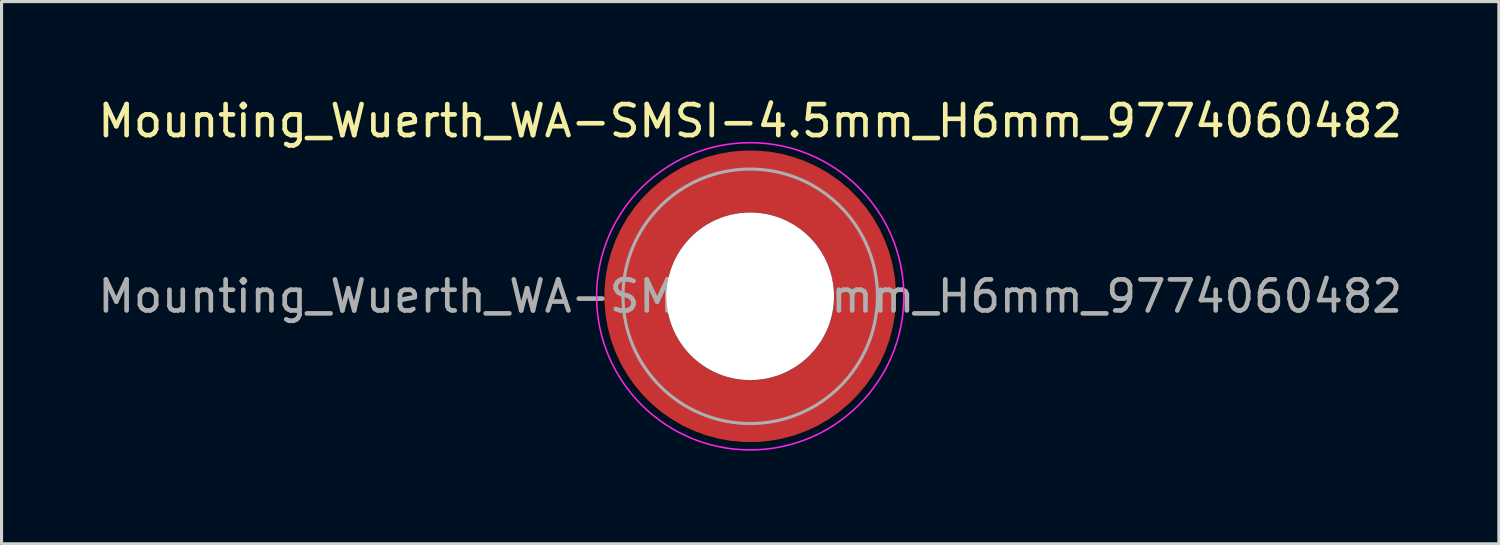
<source format=kicad_pcb>
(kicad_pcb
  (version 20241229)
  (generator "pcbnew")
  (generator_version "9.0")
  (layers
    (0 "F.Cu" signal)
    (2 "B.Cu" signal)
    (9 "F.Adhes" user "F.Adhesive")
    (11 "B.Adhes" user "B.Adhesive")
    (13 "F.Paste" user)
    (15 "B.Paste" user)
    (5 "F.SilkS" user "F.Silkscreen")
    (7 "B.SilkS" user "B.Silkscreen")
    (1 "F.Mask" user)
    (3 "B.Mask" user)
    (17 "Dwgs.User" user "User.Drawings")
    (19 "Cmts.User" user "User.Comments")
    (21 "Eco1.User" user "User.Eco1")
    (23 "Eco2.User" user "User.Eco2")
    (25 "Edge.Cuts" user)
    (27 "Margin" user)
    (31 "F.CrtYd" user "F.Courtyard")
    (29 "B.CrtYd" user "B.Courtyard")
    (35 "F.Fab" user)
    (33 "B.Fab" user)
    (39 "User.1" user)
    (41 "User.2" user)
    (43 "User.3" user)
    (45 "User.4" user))
  (footprint "Mounting_Wuerth_WA-SMSI-4.5mm_H6mm_9774060482"
    (layer "F.Cu")
    (at 21.125 6.498)
    (property "Reference" "Mounting_Wuerth_WA-SMSI-4.5mm_H6mm_9774060482" (at 0 -5.65 0) (layer "F.SilkS") (effects (font (size 1 1) (thickness 0.15))))
    (attr smd allow_soldermask_bridges)
    (fp_circle (center 0 0) (end 4.95 0) (stroke (width 0.05) (type solid)) (fill no) (layer "F.CrtYd"))
    (fp_circle (center 0 0) (end 4.1 0) (stroke (width 0.1) (type solid)) (fill no) (layer "F.Fab"))
    (fp_text user "${REFERENCE}" (at 0 0 0) (layer "F.Fab") (effects (font (size 1 1) (thickness 0.15))))
    (pad "" smd custom (at -2.607 -2.607) (size 0.948 0.948) (layers "F.Paste") (options (anchor circle)) (primitives (gr_arc (start -0.188183 2.107456) (mid 0.599273 0.599273) (end 2.107456 -0.188183) (width 0.2)) (gr_arc (start -0.289416 2.107456) (mid 0.52877 0.52877) (end 2.107456 -0.289416) (width 0.2)) (gr_arc (start -0.390547 2.107456) (mid 0.458268 0.458268) (end 2.107456 -0.390547) (width 0.2)) (gr_arc (start -0.491585 2.107456) (mid 0.387765 0.387765) (end 2.107456 -0.491585) (width 0.2)) (gr_arc (start -0.59254 2.107456) (mid 0.317262 0.317262) (end 2.107456 -0.59254) (width 0.2)) (gr_arc (start -0.693419 2.107456) (mid 0.246759 0.246759) (end 2.107456 -0.693419) (width 0.2)) (gr_arc (start -0.794229 2.107456) (mid 0.176257 0.176257) (end 2.107456 -0.794229) (width 0.2)) (gr_arc (start -0.894975 2.107456) (mid 0.105754 0.105754) (end 2.107456 -0.894975) (width 0.2)) (gr_arc (start -0.995664 2.107456) (mid 0.035251 0.035251) (end 2.107456 -0.995664) (width 0.2)) (gr_arc (start -1.0963 2.107456) (mid -0.035251 -0.035251) (end 2.107456 -1.0963) (width 0.2)) (gr_arc (start -1.196886 2.107456) (mid -0.105754 -0.105754) (end 2.107456 -1.196886) (width 0.2)) (gr_arc (start -1.297427 2.107456) (mid -0.176257 -0.176257) (end 2.107456 -1.297427) (width 0.2)) (gr_arc (start -1.397927 2.107456) (mid -0.246759 -0.246759) (end 2.107456 -1.397927) (width 0.2)) (gr_arc (start -1.498388 2.107456) (mid -0.317262 -0.317262) (end 2.107456 -1.498388) (width 0.2)) (gr_arc (start -1.598813 2.107456) (mid -0.387765 -0.387765) (end 2.107456 -1.598813) (width 0.2)) (gr_arc (start -1.699204 2.107456) (mid -0.458268 -0.458268) (end 2.107456 -1.699204) (width 0.2)) (gr_arc (start -1.799565 2.107456) (mid -0.52877 -0.52877) (end 2.107456 -1.799565) (width 0.2)) (gr_arc (start -1.899896 2.107456) (mid -0.599273 -0.599273) (end 2.107456 -1.899896) (width 0.2)) (gr_arc (start -1.899896 2.107456) (mid -0.599273 -0.599273) (end 2.107456 -1.899896) (width 0.2)) (gr_line (start 2.107 -0.188) (end 2.107 -1.9) (width 0.2)) (gr_line (start -0.188 2.107) (end -1.9 2.107) (width 0.2))))
    (pad "" smd custom (at -2.607 2.607) (size 0.948 0.948) (layers "F.Paste") (options (anchor circle)) (primitives (gr_arc (start 2.107456 0.188183) (mid 0.599273 -0.599273) (end -0.188183 -2.107456) (width 0.2)) (gr_arc (start 2.107456 0.289416) (mid 0.52877 -0.52877) (end -0.289416 -2.107456) (width 0.2)) (gr_arc (start 2.107456 0.390547) (mid 0.458268 -0.458268) (end -0.390547 -2.107456) (width 0.2)) (gr_arc (start 2.107456 0.491585) (mid 0.387765 -0.387765) (end -0.491585 -2.107456) (width 0.2)) (gr_arc (start 2.107456 0.59254) (mid 0.317262 -0.317262) (end -0.59254 -2.107456) (width 0.2)) (gr_arc (start 2.107456 0.693419) (mid 0.246759 -0.246759) (end -0.693419 -2.107456) (width 0.2)) (gr_arc (start 2.107456 0.794229) (mid 0.176257 -0.176257) (end -0.794229 -2.107456) (width 0.2)) (gr_arc (start 2.107456 0.894975) (mid 0.105754 -0.105754) (end -0.894975 -2.107456) (width 0.2)) (gr_arc (start 2.107456 0.995664) (mid 0.035251 -0.035251) (end -0.995664 -2.107456) (width 0.2)) (gr_arc (start 2.107456 1.0963) (mid -0.035251 0.035251) (end -1.0963 -2.107456) (width 0.2)) (gr_arc (start 2.107456 1.196886) (mid -0.105754 0.105754) (end -1.196886 -2.107456) (width 0.2)) (gr_arc (start 2.107456 1.297427) (mid -0.176257 0.176257) (end -1.297427 -2.107456) (width 0.2)) (gr_arc (start 2.107456 1.397927) (mid -0.246759 0.246759) (end -1.397927 -2.107456) (width 0.2)) (gr_arc (start 2.107456 1.498388) (mid -0.317262 0.317262) (end -1.498388 -2.107456) (width 0.2)) (gr_arc (start 2.107456 1.598813) (mid -0.387765 0.387765) (end -1.598813 -2.107456) (width 0.2)) (gr_arc (start 2.107456 1.699204) (mid -0.458268 0.458268) (end -1.699204 -2.107456) (width 0.2)) (gr_arc (start 2.107456 1.799565) (mid -0.52877 0.52877) (end -1.799565 -2.107456) (width 0.2)) (gr_arc (start 2.107456 1.899896) (mid -0.599273 0.599273) (end -1.899896 -2.107456) (width 0.2)) (gr_arc (start 2.107456 1.899896) (mid -0.599273 0.599273) (end -1.899896 -2.107456) (width 0.2)) (gr_line (start -0.188 -2.107) (end -1.9 -2.107) (width 0.2)) (gr_line (start 2.107 0.188) (end 2.107 1.9) (width 0.2))))
    (pad "" np_thru_hole circle (at 0 0) (size 5.4 5.4) (drill 5.4) (layers "*.Cu" "*.Mask"))
    (pad "" smd custom (at 2.607 -2.607) (size 0.948 0.948) (layers "F.Paste") (options (anchor circle)) (primitives (gr_arc (start -2.107456 -0.188183) (mid -0.599273 0.599273) (end 0.188183 2.107456) (width 0.2)) (gr_arc (start -2.107456 -0.289416) (mid -0.52877 0.52877) (end 0.289416 2.107456) (width 0.2)) (gr_arc (start -2.107456 -0.390547) (mid -0.458268 0.458268) (end 0.390547 2.107456) (width 0.2)) (gr_arc (start -2.107456 -0.491585) (mid -0.387765 0.387765) (end 0.491585 2.107456) (width 0.2)) (gr_arc (start -2.107456 -0.59254) (mid -0.317262 0.317262) (end 0.59254 2.107456) (width 0.2)) (gr_arc (start -2.107456 -0.693419) (mid -0.246759 0.246759) (end 0.693419 2.107456) (width 0.2)) (gr_arc (start -2.107456 -0.794229) (mid -0.176257 0.176257) (end 0.794229 2.107456) (width 0.2)) (gr_arc (start -2.107456 -0.894975) (mid -0.105754 0.105754) (end 0.894975 2.107456) (width 0.2)) (gr_arc (start -2.107456 -0.995664) (mid -0.035251 0.035251) (end 0.995664 2.107456) (width 0.2)) (gr_arc (start -2.107456 -1.0963) (mid 0.035251 -0.035251) (end 1.0963 2.107456) (width 0.2)) (gr_arc (start -2.107456 -1.196886) (mid 0.105754 -0.105754) (end 1.196886 2.107456) (width 0.2)) (gr_arc (start -2.107456 -1.297427) (mid 0.176257 -0.176257) (end 1.297427 2.107456) (width 0.2)) (gr_arc (start -2.107456 -1.397927) (mid 0.246759 -0.246759) (end 1.397927 2.107456) (width 0.2)) (gr_arc (start -2.107456 -1.498388) (mid 0.317262 -0.317262) (end 1.498388 2.107456) (width 0.2)) (gr_arc (start -2.107456 -1.598813) (mid 0.387765 -0.387765) (end 1.598813 2.107456) (width 0.2)) (gr_arc (start -2.107456 -1.699204) (mid 0.458268 -0.458268) (end 1.699204 2.107456) (width 0.2)) (gr_arc (start -2.107456 -1.799565) (mid 0.52877 -0.52877) (end 1.799565 2.107456) (width 0.2)) (gr_arc (start -2.107456 -1.899896) (mid 0.599273 -0.599273) (end 1.899896 2.107456) (width 0.2)) (gr_arc (start -2.107456 -1.899896) (mid 0.599273 -0.599273) (end 1.899896 2.107456) (width 0.2)) (gr_line (start 0.188 2.107) (end 1.9 2.107) (width 0.2)) (gr_line (start -2.107 -0.188) (end -2.107 -1.9) (width 0.2))))
    (pad "" smd custom (at 2.607 2.607) (size 0.948 0.948) (layers "F.Paste") (options (anchor circle)) (primitives (gr_arc (start 0.188183 -2.107456) (mid -0.599273 -0.599273) (end -2.107456 0.188183) (width 0.2)) (gr_arc (start 0.289416 -2.107456) (mid -0.52877 -0.52877) (end -2.107456 0.289416) (width 0.2)) (gr_arc (start 0.390547 -2.107456) (mid -0.458268 -0.458268) (end -2.107456 0.390547) (width 0.2)) (gr_arc (start 0.491585 -2.107456) (mid -0.387765 -0.387765) (end -2.107456 0.491585) (width 0.2)) (gr_arc (start 0.59254 -2.107456) (mid -0.317262 -0.317262) (end -2.107456 0.59254) (width 0.2)) (gr_arc (start 0.693419 -2.107456) (mid -0.246759 -0.246759) (end -2.107456 0.693419) (width 0.2)) (gr_arc (start 0.794229 -2.107456) (mid -0.176257 -0.176257) (end -2.107456 0.794229) (width 0.2)) (gr_arc (start 0.894975 -2.107456) (mid -0.105754 -0.105754) (end -2.107456 0.894975) (width 0.2)) (gr_arc (start 0.995664 -2.107456) (mid -0.035251 -0.035251) (end -2.107456 0.995664) (width 0.2)) (gr_arc (start 1.0963 -2.107456) (mid 0.035251 0.035251) (end -2.107456 1.0963) (width 0.2)) (gr_arc (start 1.196886 -2.107456) (mid 0.105754 0.105754) (end -2.107456 1.196886) (width 0.2)) (gr_arc (start 1.297427 -2.107456) (mid 0.176257 0.176257) (end -2.107456 1.297427) (width 0.2)) (gr_arc (start 1.397927 -2.107456) (mid 0.246759 0.246759) (end -2.107456 1.397927) (width 0.2)) (gr_arc (start 1.498388 -2.107456) (mid 0.317262 0.317262) (end -2.107456 1.498388) (width 0.2)) (gr_arc (start 1.598813 -2.107456) (mid 0.387765 0.387765) (end -2.107456 1.598813) (width 0.2)) (gr_arc (start 1.699204 -2.107456) (mid 0.458268 0.458268) (end -2.107456 1.699204) (width 0.2)) (gr_arc (start 1.799565 -2.107456) (mid 0.52877 0.52877) (end -2.107456 1.799565) (width 0.2)) (gr_arc (start 1.899896 -2.107456) (mid 0.599273 0.599273) (end -2.107456 1.899896) (width 0.2)) (gr_arc (start 1.899896 -2.107456) (mid 0.599273 0.599273) (end -2.107456 1.899896) (width 0.2)) (gr_line (start -2.107 0.188) (end -2.107 1.9) (width 0.2)) (gr_line (start 0.188 -2.107) (end 1.9 -2.107) (width 0.2))))
    (pad "1" smd circle (at -3.7 0) (size 1.492 1.492) (layers "F.Cu"))
    (pad "1" smd circle (at 0 -3.7) (size 1.492 1.492) (layers "F.Cu"))
    (pad "1" smd circle (at 0 3.7) (size 1.492 1.492) (layers "F.Cu"))
    (pad "1" smd custom (at 3.7 0) (size 2 2) (layers "F.Cu" "F.Mask") (options (anchor circle)) (primitives (gr_circle (center -3.7 0) (end 0 0) (width 2) (fill no)))))
  (gr_rect
    (start -3 -3)
    (end 45.25 14.473)
    (stroke (width 0.1) (type default))
    (fill no)
    (layer "Edge.Cuts")))
</source>
